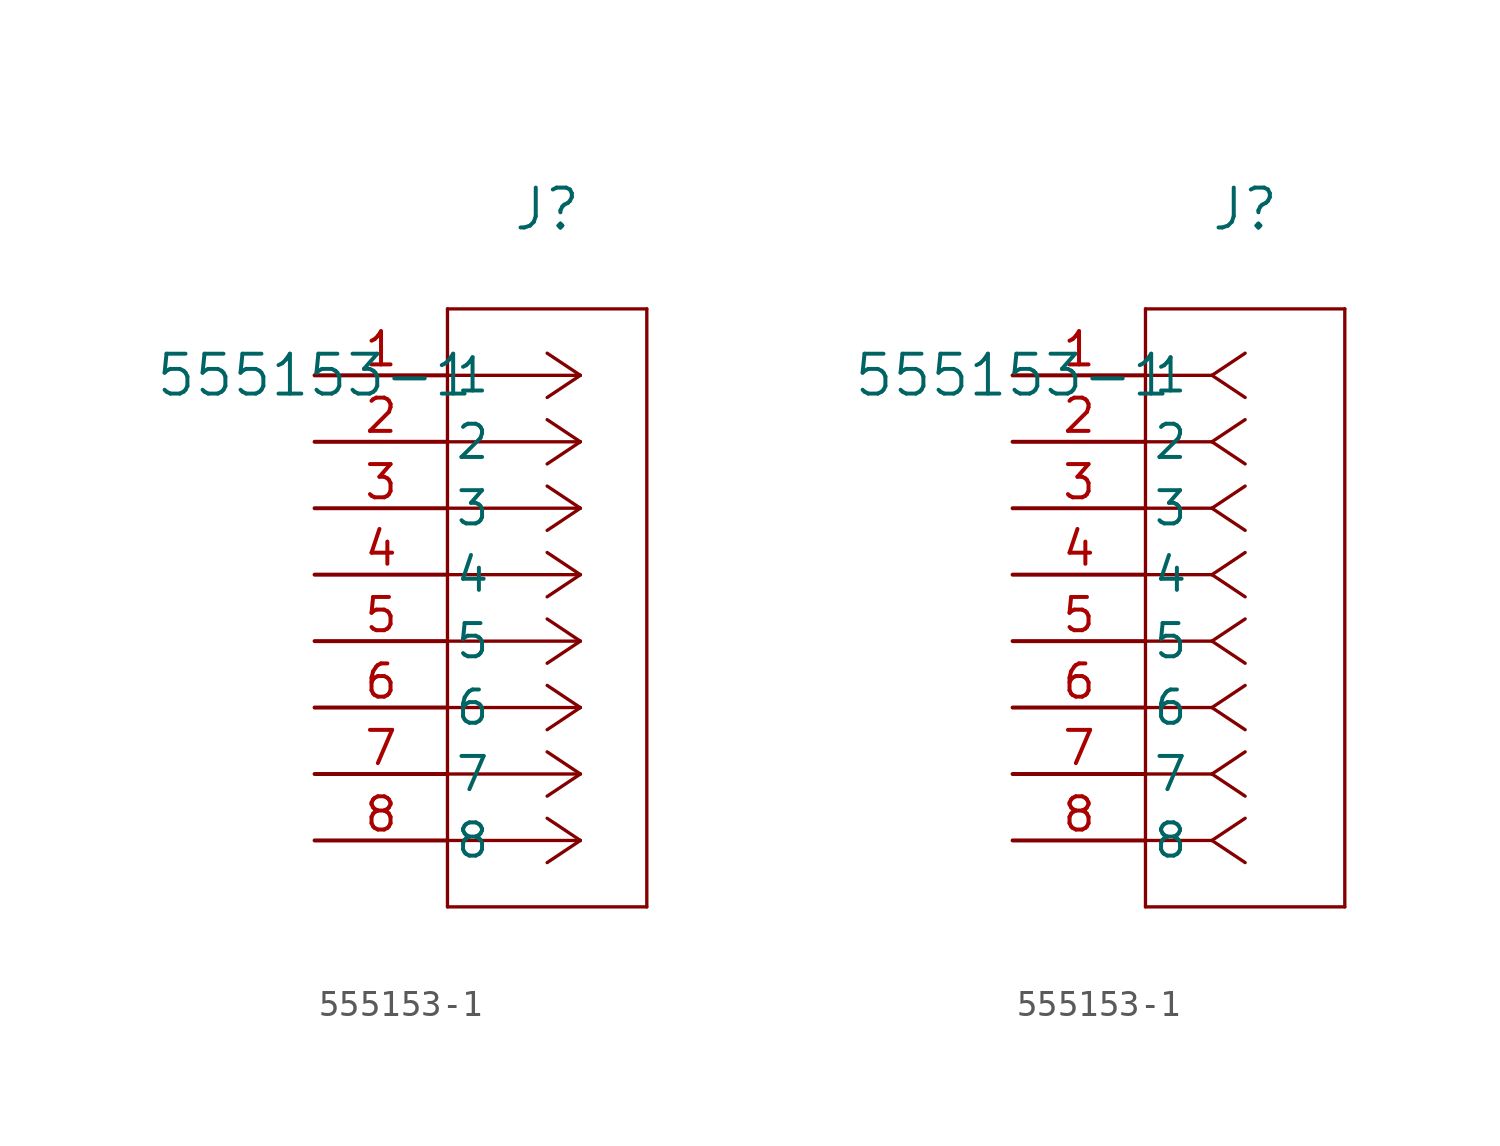
<source format=kicad_sym>
(kicad_symbol_lib
  (version 20211014)
  (generator kicad_symbol_editor)
  (symbol "555153-1"
    (pin_names
      (offset 0.254))
    (property "Reference" "J"
      (at 8.89 6.35 0)
      (effects (font (size 1.524 1.524))))
    (property "Value" "555153-1"
      (at 0 0 0)
      (effects (font (size 1.524 1.524))))
    (symbol "555153-1_1_1"
      (polyline (pts (xy 10.16 0) (xy 5.08 0)) (stroke (width 0.127) (type default) (color 0 0 0 0)) (fill (type none)))
      (polyline (pts (xy 10.16 -2.54) (xy 5.08 -2.54)) (stroke (width 0.127) (type default) (color 0 0 0 0)) (fill (type none)))
      (polyline (pts (xy 10.16 -5.08) (xy 5.08 -5.08)) (stroke (width 0.127) (type default) (color 0 0 0 0)) (fill (type none)))
      (polyline (pts (xy 10.16 -7.62) (xy 5.08 -7.62)) (stroke (width 0.127) (type default) (color 0 0 0 0)) (fill (type none)))
      (polyline (pts (xy 10.16 -10.16) (xy 5.08 -10.16)) (stroke (width 0.127) (type default) (color 0 0 0 0)) (fill (type none)))
      (polyline (pts (xy 10.16 -12.7) (xy 5.08 -12.7)) (stroke (width 0.127) (type default) (color 0 0 0 0)) (fill (type none)))
      (polyline (pts (xy 10.16 -15.24) (xy 5.08 -15.24)) (stroke (width 0.127) (type default) (color 0 0 0 0)) (fill (type none)))
      (polyline (pts (xy 10.16 -17.78) (xy 5.08 -17.78)) (stroke (width 0.127) (type default) (color 0 0 0 0)) (fill (type none)))
      (polyline (pts (xy 10.16 0) (xy 8.89 0.847)) (stroke (width 0.127) (type default) (color 0 0 0 0)) (fill (type none)))
      (polyline (pts (xy 10.16 -2.54) (xy 8.89 -1.693)) (stroke (width 0.127) (type default) (color 0 0 0 0)) (fill (type none)))
      (polyline (pts (xy 10.16 -5.08) (xy 8.89 -4.233)) (stroke (width 0.127) (type default) (color 0 0 0 0)) (fill (type none)))
      (polyline (pts (xy 10.16 -7.62) (xy 8.89 -6.773)) (stroke (width 0.127) (type default) (color 0 0 0 0)) (fill (type none)))
      (polyline (pts (xy 10.16 -10.16) (xy 8.89 -9.313)) (stroke (width 0.127) (type default) (color 0 0 0 0)) (fill (type none)))
      (polyline (pts (xy 10.16 -12.7) (xy 8.89 -11.853)) (stroke (width 0.127) (type default) (color 0 0 0 0)) (fill (type none)))
      (polyline (pts (xy 10.16 -15.24) (xy 8.89 -14.393)) (stroke (width 0.127) (type default) (color 0 0 0 0)) (fill (type none)))
      (polyline (pts (xy 10.16 -17.78) (xy 8.89 -16.933)) (stroke (width 0.127) (type default) (color 0 0 0 0)) (fill (type none)))
      (polyline (pts (xy 10.16 0) (xy 8.89 -0.847)) (stroke (width 0.127) (type default) (color 0 0 0 0)) (fill (type none)))
      (polyline (pts (xy 10.16 -2.54) (xy 8.89 -3.387)) (stroke (width 0.127) (type default) (color 0 0 0 0)) (fill (type none)))
      (polyline (pts (xy 10.16 -5.08) (xy 8.89 -5.927)) (stroke (width 0.127) (type default) (color 0 0 0 0)) (fill (type none)))
      (polyline (pts (xy 10.16 -7.62) (xy 8.89 -8.467)) (stroke (width 0.127) (type default) (color 0 0 0 0)) (fill (type none)))
      (polyline (pts (xy 10.16 -10.16) (xy 8.89 -11.007)) (stroke (width 0.127) (type default) (color 0 0 0 0)) (fill (type none)))
      (polyline (pts (xy 10.16 -12.7) (xy 8.89 -13.547)) (stroke (width 0.127) (type default) (color 0 0 0 0)) (fill (type none)))
      (polyline (pts (xy 10.16 -15.24) (xy 8.89 -16.087)) (stroke (width 0.127) (type default) (color 0 0 0 0)) (fill (type none)))
      (polyline (pts (xy 10.16 -17.78) (xy 8.89 -18.627)) (stroke (width 0.127) (type default) (color 0 0 0 0)) (fill (type none)))
      (polyline (pts (xy 5.08 2.54) (xy 5.08 -20.32)) (stroke (width 0.127) (type default) (color 0 0 0 0)) (fill (type none)))
      (polyline (pts (xy 5.08 -20.32) (xy 12.7 -20.32)) (stroke (width 0.127) (type default) (color 0 0 0 0)) (fill (type none)))
      (polyline (pts (xy 12.7 -20.32) (xy 12.7 2.54)) (stroke (width 0.127) (type default) (color 0 0 0 0)) (fill (type none)))
      (polyline (pts (xy 12.7 2.54) (xy 5.08 2.54)) (stroke (width 0.127) (type default) (color 0 0 0 0)) (fill (type none)))
      (pin unspecified line (at 0 0 0) (length 5.08) (name "1" (effects (font (size 1.27 1.27)))) (number "1" (effects (font (size 1.27 1.27)))))
      (pin unspecified line (at 0 -2.54 0) (length 5.08) (name "2" (effects (font (size 1.27 1.27)))) (number "2" (effects (font (size 1.27 1.27)))))
      (pin unspecified line (at 0 -5.08 0) (length 5.08) (name "3" (effects (font (size 1.27 1.27)))) (number "3" (effects (font (size 1.27 1.27)))))
      (pin unspecified line (at 0 -7.62 0) (length 5.08) (name "4" (effects (font (size 1.27 1.27)))) (number "4" (effects (font (size 1.27 1.27)))))
      (pin unspecified line (at 0 -10.16 0) (length 5.08) (name "5" (effects (font (size 1.27 1.27)))) (number "5" (effects (font (size 1.27 1.27)))))
      (pin unspecified line (at 0 -12.7 0) (length 5.08) (name "6" (effects (font (size 1.27 1.27)))) (number "6" (effects (font (size 1.27 1.27)))))
      (pin unspecified line (at 0 -15.24 0) (length 5.08) (name "7" (effects (font (size 1.27 1.27)))) (number "7" (effects (font (size 1.27 1.27)))))
      (pin unspecified line (at 0 -17.78 0) (length 5.08) (name "8" (effects (font (size 1.27 1.27)))) (number "8" (effects (font (size 1.27 1.27))))))
    (symbol "555153-1_1_2"
      (polyline (pts (xy 7.62 0) (xy 5.08 0)) (stroke (width 0.127) (type default) (color 0 0 0 0)) (fill (type none)))
      (polyline (pts (xy 7.62 -2.54) (xy 5.08 -2.54)) (stroke (width 0.127) (type default) (color 0 0 0 0)) (fill (type none)))
      (polyline (pts (xy 7.62 -5.08) (xy 5.08 -5.08)) (stroke (width 0.127) (type default) (color 0 0 0 0)) (fill (type none)))
      (polyline (pts (xy 7.62 -7.62) (xy 5.08 -7.62)) (stroke (width 0.127) (type default) (color 0 0 0 0)) (fill (type none)))
      (polyline (pts (xy 7.62 -10.16) (xy 5.08 -10.16)) (stroke (width 0.127) (type default) (color 0 0 0 0)) (fill (type none)))
      (polyline (pts (xy 7.62 -12.7) (xy 5.08 -12.7)) (stroke (width 0.127) (type default) (color 0 0 0 0)) (fill (type none)))
      (polyline (pts (xy 7.62 -15.24) (xy 5.08 -15.24)) (stroke (width 0.127) (type default) (color 0 0 0 0)) (fill (type none)))
      (polyline (pts (xy 7.62 -17.78) (xy 5.08 -17.78)) (stroke (width 0.127) (type default) (color 0 0 0 0)) (fill (type none)))
      (polyline (pts (xy 7.62 0) (xy 8.89 0.847)) (stroke (width 0.127) (type default) (color 0 0 0 0)) (fill (type none)))
      (polyline (pts (xy 7.62 -2.54) (xy 8.89 -1.693)) (stroke (width 0.127) (type default) (color 0 0 0 0)) (fill (type none)))
      (polyline (pts (xy 7.62 -5.08) (xy 8.89 -4.233)) (stroke (width 0.127) (type default) (color 0 0 0 0)) (fill (type none)))
      (polyline (pts (xy 7.62 -7.62) (xy 8.89 -6.773)) (stroke (width 0.127) (type default) (color 0 0 0 0)) (fill (type none)))
      (polyline (pts (xy 7.62 -10.16) (xy 8.89 -9.313)) (stroke (width 0.127) (type default) (color 0 0 0 0)) (fill (type none)))
      (polyline (pts (xy 7.62 -12.7) (xy 8.89 -11.853)) (stroke (width 0.127) (type default) (color 0 0 0 0)) (fill (type none)))
      (polyline (pts (xy 7.62 -15.24) (xy 8.89 -14.393)) (stroke (width 0.127) (type default) (color 0 0 0 0)) (fill (type none)))
      (polyline (pts (xy 7.62 -17.78) (xy 8.89 -16.933)) (stroke (width 0.127) (type default) (color 0 0 0 0)) (fill (type none)))
      (polyline (pts (xy 7.62 0) (xy 8.89 -0.847)) (stroke (width 0.127) (type default) (color 0 0 0 0)) (fill (type none)))
      (polyline (pts (xy 7.62 -2.54) (xy 8.89 -3.387)) (stroke (width 0.127) (type default) (color 0 0 0 0)) (fill (type none)))
      (polyline (pts (xy 7.62 -5.08) (xy 8.89 -5.927)) (stroke (width 0.127) (type default) (color 0 0 0 0)) (fill (type none)))
      (polyline (pts (xy 7.62 -7.62) (xy 8.89 -8.467)) (stroke (width 0.127) (type default) (color 0 0 0 0)) (fill (type none)))
      (polyline (pts (xy 7.62 -10.16) (xy 8.89 -11.007)) (stroke (width 0.127) (type default) (color 0 0 0 0)) (fill (type none)))
      (polyline (pts (xy 7.62 -12.7) (xy 8.89 -13.547)) (stroke (width 0.127) (type default) (color 0 0 0 0)) (fill (type none)))
      (polyline (pts (xy 7.62 -15.24) (xy 8.89 -16.087)) (stroke (width 0.127) (type default) (color 0 0 0 0)) (fill (type none)))
      (polyline (pts (xy 7.62 -17.78) (xy 8.89 -18.627)) (stroke (width 0.127) (type default) (color 0 0 0 0)) (fill (type none)))
      (polyline (pts (xy 5.08 2.54) (xy 5.08 -20.32)) (stroke (width 0.127) (type default) (color 0 0 0 0)) (fill (type none)))
      (polyline (pts (xy 5.08 -20.32) (xy 12.7 -20.32)) (stroke (width 0.127) (type default) (color 0 0 0 0)) (fill (type none)))
      (polyline (pts (xy 12.7 -20.32) (xy 12.7 2.54)) (stroke (width 0.127) (type default) (color 0 0 0 0)) (fill (type none)))
      (polyline (pts (xy 12.7 2.54) (xy 5.08 2.54)) (stroke (width 0.127) (type default) (color 0 0 0 0)) (fill (type none)))
      (pin unspecified line (at 0 0 0) (length 5.08) (name "1" (effects (font (size 1.27 1.27)))) (number "1" (effects (font (size 1.27 1.27)))))
      (pin unspecified line (at 0 -2.54 0) (length 5.08) (name "2" (effects (font (size 1.27 1.27)))) (number "2" (effects (font (size 1.27 1.27)))))
      (pin unspecified line (at 0 -5.08 0) (length 5.08) (name "3" (effects (font (size 1.27 1.27)))) (number "3" (effects (font (size 1.27 1.27)))))
      (pin unspecified line (at 0 -7.62 0) (length 5.08) (name "4" (effects (font (size 1.27 1.27)))) (number "4" (effects (font (size 1.27 1.27)))))
      (pin unspecified line (at 0 -10.16 0) (length 5.08) (name "5" (effects (font (size 1.27 1.27)))) (number "5" (effects (font (size 1.27 1.27)))))
      (pin unspecified line (at 0 -12.7 0) (length 5.08) (name "6" (effects (font (size 1.27 1.27)))) (number "6" (effects (font (size 1.27 1.27)))))
      (pin unspecified line (at 0 -15.24 0) (length 5.08) (name "7" (effects (font (size 1.27 1.27)))) (number "7" (effects (font (size 1.27 1.27)))))
      (pin unspecified line (at 0 -17.78 0) (length 5.08) (name "8" (effects (font (size 1.27 1.27)))) (number "8" (effects (font (size 1.27 1.27))))))))
</source>
